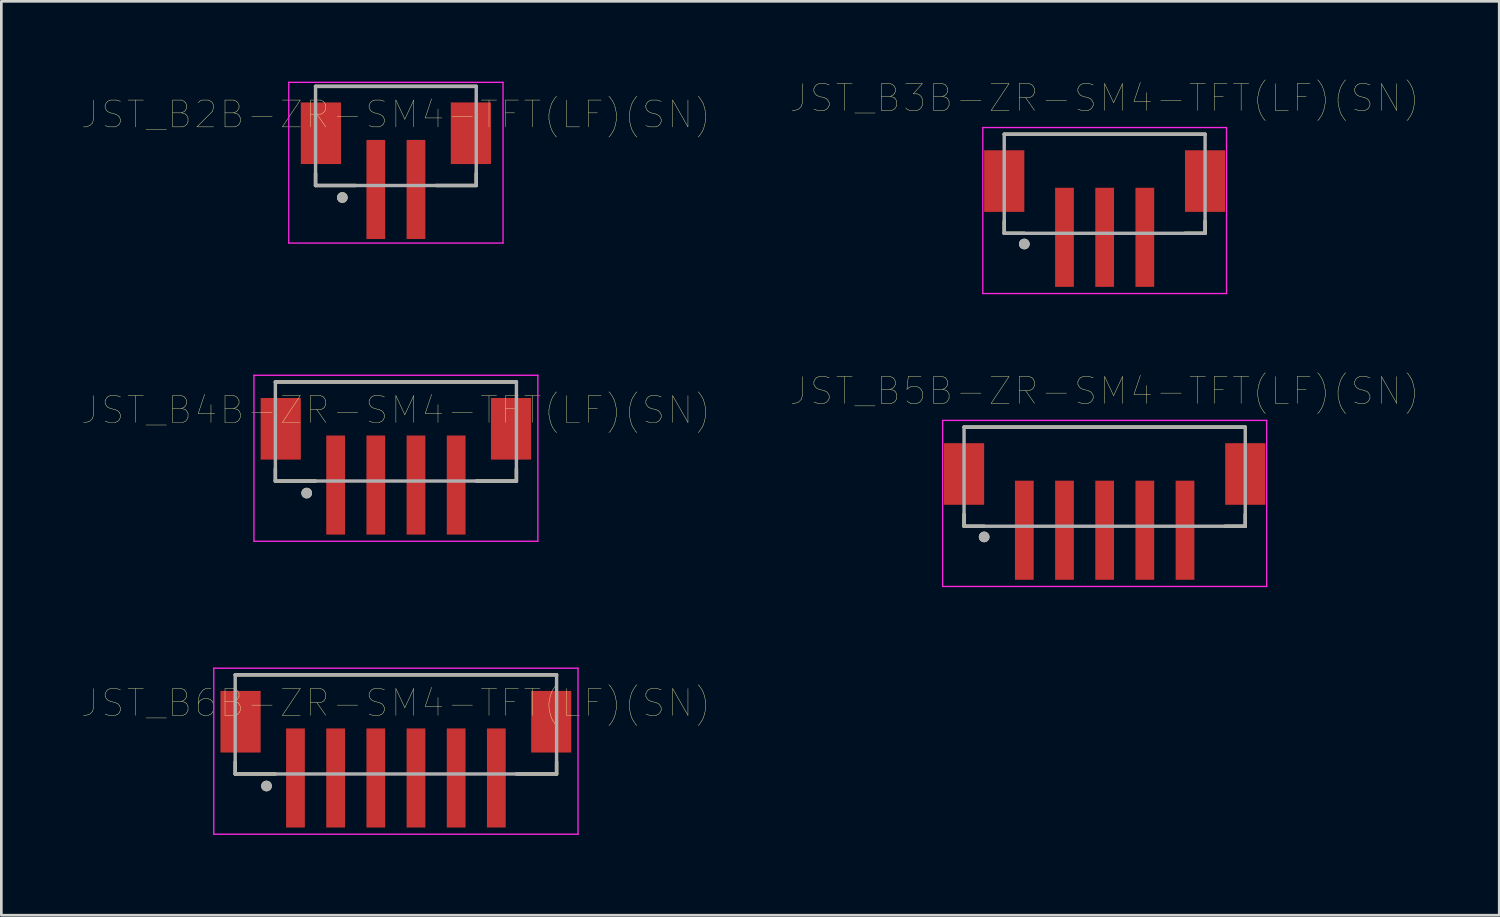
<source format=kicad_pcb>
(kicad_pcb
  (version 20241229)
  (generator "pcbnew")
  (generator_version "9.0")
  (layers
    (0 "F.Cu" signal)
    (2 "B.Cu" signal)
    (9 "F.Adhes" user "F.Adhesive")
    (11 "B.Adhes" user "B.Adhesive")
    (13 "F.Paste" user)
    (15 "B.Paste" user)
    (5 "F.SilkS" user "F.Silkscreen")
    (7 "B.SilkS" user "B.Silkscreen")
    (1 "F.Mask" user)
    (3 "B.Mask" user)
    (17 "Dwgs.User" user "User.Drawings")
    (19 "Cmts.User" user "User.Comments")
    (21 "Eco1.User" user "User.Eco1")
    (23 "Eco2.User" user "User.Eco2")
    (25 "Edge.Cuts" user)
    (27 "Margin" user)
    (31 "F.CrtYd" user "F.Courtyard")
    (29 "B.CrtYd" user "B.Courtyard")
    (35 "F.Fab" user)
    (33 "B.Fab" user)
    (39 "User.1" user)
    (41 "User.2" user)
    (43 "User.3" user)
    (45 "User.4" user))
  (footprint "JST_B2B-ZR-SM4-TFT(LF)(SN)"
    (layer "F.Cu")
    (at 11.732 2.025)
    (property "Reference" "JST_B2B-ZR-SM4-TFT(LF)(SN)" (at 0 -0.8 0) (layer "F.SilkS") (effects (font (size 1 1) (thickness 0.015))))
    (attr through_hole)
    (fp_line (start -3 -1.85) (end 3 -1.85) (stroke (width 0.127) (type solid)) (layer "F.SilkS"))
    (fp_line (start -3 1.4) (end -3 1.85) (stroke (width 0.127) (type solid)) (layer "F.SilkS"))
    (fp_line (start -3 1.85) (end -1.5 1.85) (stroke (width 0.127) (type solid)) (layer "F.SilkS"))
    (fp_line (start 3 1.4) (end 3 1.85) (stroke (width 0.127) (type solid)) (layer "F.SilkS"))
    (fp_line (start 3 1.85) (end 1.5 1.85) (stroke (width 0.127) (type solid)) (layer "F.SilkS"))
    (fp_circle (center -2 2.3) (end -1.9 2.3) (stroke (width 0.2) (type solid)) (fill no) (layer "F.SilkS"))
    (fp_line (start -4 -2) (end 4 -2) (stroke (width 0.05) (type solid)) (layer "F.CrtYd"))
    (fp_line (start -4 4) (end -4 -2) (stroke (width 0.05) (type solid)) (layer "F.CrtYd"))
    (fp_line (start 4 -2) (end 4 4) (stroke (width 0.05) (type solid)) (layer "F.CrtYd"))
    (fp_line (start 4 4) (end -4 4) (stroke (width 0.05) (type solid)) (layer "F.CrtYd"))
    (fp_line (start -3 -1.85) (end 3 -1.85) (stroke (width 0.127) (type solid)) (layer "F.Fab"))
    (fp_line (start -3 1.85) (end -3 -1.85) (stroke (width 0.127) (type solid)) (layer "F.Fab"))
    (fp_line (start 3 -1.85) (end 3 1.85) (stroke (width 0.127) (type solid)) (layer "F.Fab"))
    (fp_line (start 3 1.85) (end -3 1.85) (stroke (width 0.127) (type solid)) (layer "F.Fab"))
    (fp_circle (center -2 2.3) (end -1.9 2.3) (stroke (width 0.2) (type solid)) (fill no) (layer "F.Fab"))
    (pad "1" smd rect (at -0.75 2) (size 0.7 3.7) (layers "F.Cu" "F.Mask" "F.Paste"))
    (pad "2" smd rect (at 0.75 2) (size 0.7 3.7) (layers "F.Cu" "F.Mask" "F.Paste"))
    (pad "S1" smd rect (at 2.8 -0.1) (size 1.5 2.3) (layers "F.Cu" "F.Mask" "F.Paste"))
    (pad "S2" smd rect (at -2.8 -0.1) (size 1.5 2.3) (layers "F.Cu" "F.Mask" "F.Paste")))
  (footprint "JST_B6B-ZR-SM4-TFT(LF)(SN)"
    (layer "F.Cu")
    (at 11.732 23.998)
    (property "Reference" "JST_B6B-ZR-SM4-TFT(LF)(SN)" (at 0 -0.8 0) (layer "F.SilkS") (effects (font (size 1 1) (thickness 0.015))))
    (attr through_hole)
    (fp_line (start -6 -1.85) (end 6 -1.85) (stroke (width 0.127) (type solid)) (layer "F.SilkS"))
    (fp_line (start -6 1.4) (end -6 1.85) (stroke (width 0.127) (type solid)) (layer "F.SilkS"))
    (fp_line (start -6 1.85) (end -4.5 1.85) (stroke (width 0.127) (type solid)) (layer "F.SilkS"))
    (fp_line (start 6 1.4) (end 6 1.85) (stroke (width 0.127) (type solid)) (layer "F.SilkS"))
    (fp_line (start 6 1.85) (end 4.5 1.85) (stroke (width 0.127) (type solid)) (layer "F.SilkS"))
    (fp_circle (center -4.831 2.3) (end -4.731 2.3) (stroke (width 0.2) (type solid)) (fill no) (layer "F.SilkS"))
    (fp_line (start -6.8 -2.1) (end 6.8 -2.1) (stroke (width 0.05) (type solid)) (layer "F.CrtYd"))
    (fp_line (start -6.8 4.1) (end -6.8 -2.1) (stroke (width 0.05) (type solid)) (layer "F.CrtYd"))
    (fp_line (start 6.8 -2.1) (end 6.8 4.1) (stroke (width 0.05) (type solid)) (layer "F.CrtYd"))
    (fp_line (start 6.8 4.1) (end -6.8 4.1) (stroke (width 0.05) (type solid)) (layer "F.CrtYd"))
    (fp_line (start -6 -1.85) (end 6 -1.85) (stroke (width 0.127) (type solid)) (layer "F.Fab"))
    (fp_line (start -6 1.85) (end -6 -1.85) (stroke (width 0.127) (type solid)) (layer "F.Fab"))
    (fp_line (start 6 -1.85) (end 6 1.85) (stroke (width 0.127) (type solid)) (layer "F.Fab"))
    (fp_line (start 6 1.85) (end -6 1.85) (stroke (width 0.127) (type solid)) (layer "F.Fab"))
    (fp_circle (center -4.831 2.3) (end -4.731 2.3) (stroke (width 0.2) (type solid)) (fill no) (layer "F.Fab"))
    (pad "1" smd rect (at -3.75 2) (size 0.7 3.7) (layers "F.Cu" "F.Mask" "F.Paste"))
    (pad "2" smd rect (at -2.25 2) (size 0.7 3.7) (layers "F.Cu" "F.Mask" "F.Paste"))
    (pad "3" smd rect (at -0.75 2) (size 0.7 3.7) (layers "F.Cu" "F.Mask" "F.Paste"))
    (pad "4" smd rect (at 0.75 2) (size 0.7 3.7) (layers "F.Cu" "F.Mask" "F.Paste"))
    (pad "5" smd rect (at 2.25 2) (size 0.7 3.7) (layers "F.Cu" "F.Mask" "F.Paste"))
    (pad "6" smd rect (at 3.75 2) (size 0.7 3.7) (layers "F.Cu" "F.Mask" "F.Paste"))
    (pad "S1" smd rect (at 5.8 -0.1) (size 1.5 2.3) (layers "F.Cu" "F.Mask" "F.Paste"))
    (pad "S2" smd rect (at -5.8 -0.1) (size 1.5 2.3) (layers "F.Cu" "F.Mask" "F.Paste")))
  (footprint "JST_B4B-ZR-SM4-TFT(LF)(SN)"
    (layer "F.Cu")
    (at 11.732 13.061)
    (property "Reference" "JST_B4B-ZR-SM4-TFT(LF)(SN)" (at 0 -0.8 0) (layer "F.SilkS") (effects (font (size 1 1) (thickness 0.015))))
    (attr through_hole)
    (fp_line (start -4.5 -1.85) (end 4.5 -1.85) (stroke (width 0.127) (type solid)) (layer "F.SilkS"))
    (fp_line (start -4.5 1.4) (end -4.5 1.85) (stroke (width 0.127) (type solid)) (layer "F.SilkS"))
    (fp_line (start -4.5 1.85) (end -3 1.85) (stroke (width 0.127) (type solid)) (layer "F.SilkS"))
    (fp_line (start 4.5 1.4) (end 4.5 1.85) (stroke (width 0.127) (type solid)) (layer "F.SilkS"))
    (fp_line (start 4.5 1.85) (end 3 1.85) (stroke (width 0.127) (type solid)) (layer "F.SilkS"))
    (fp_circle (center -3.331 2.3) (end -3.231 2.3) (stroke (width 0.2) (type solid)) (fill no) (layer "F.SilkS"))
    (fp_line (start -5.3 -2.1) (end 5.3 -2.1) (stroke (width 0.05) (type solid)) (layer "F.CrtYd"))
    (fp_line (start -5.3 4.1) (end -5.3 -2.1) (stroke (width 0.05) (type solid)) (layer "F.CrtYd"))
    (fp_line (start 5.3 -2.1) (end 5.3 4.1) (stroke (width 0.05) (type solid)) (layer "F.CrtYd"))
    (fp_line (start 5.3 4.1) (end -5.3 4.1) (stroke (width 0.05) (type solid)) (layer "F.CrtYd"))
    (fp_line (start -4.5 -1.85) (end 4.5 -1.85) (stroke (width 0.127) (type solid)) (layer "F.Fab"))
    (fp_line (start -4.5 1.85) (end -4.5 -1.85) (stroke (width 0.127) (type solid)) (layer "F.Fab"))
    (fp_line (start 4.5 -1.85) (end 4.5 1.85) (stroke (width 0.127) (type solid)) (layer "F.Fab"))
    (fp_line (start 4.5 1.85) (end -4.5 1.85) (stroke (width 0.127) (type solid)) (layer "F.Fab"))
    (fp_circle (center -3.331 2.3) (end -3.231 2.3) (stroke (width 0.2) (type solid)) (fill no) (layer "F.Fab"))
    (pad "1" smd rect (at -2.25 2) (size 0.7 3.7) (layers "F.Cu" "F.Mask" "F.Paste"))
    (pad "2" smd rect (at -0.75 2) (size 0.7 3.7) (layers "F.Cu" "F.Mask" "F.Paste"))
    (pad "3" smd rect (at 0.75 2) (size 0.7 3.7) (layers "F.Cu" "F.Mask" "F.Paste"))
    (pad "4" smd rect (at 2.25 2) (size 0.7 3.7) (layers "F.Cu" "F.Mask" "F.Paste"))
    (pad "S1" smd rect (at 4.3 -0.1) (size 1.5 2.3) (layers "F.Cu" "F.Mask" "F.Paste"))
    (pad "S2" smd rect (at -4.3 -0.1) (size 1.5 2.3) (layers "F.Cu" "F.Mask" "F.Paste")))
  (footprint "JST_B3B-ZR-SM4-TFT(LF)(SN)"
    (layer "F.Cu")
    (at 38.196 3.811)
    (property "Reference" "JST_B3B-ZR-SM4-TFT(LF)(SN)" (at 0 -3.2 0) (layer "F.SilkS") (effects (font (size 1 1) (thickness 0.015))))
    (attr through_hole)
    (fp_line (start -3.75 -1.85) (end 3.75 -1.85) (stroke (width 0.127) (type solid)) (layer "F.SilkS"))
    (fp_line (start -3.75 1.4) (end -3.75 1.85) (stroke (width 0.127) (type solid)) (layer "F.SilkS"))
    (fp_line (start -3.75 1.85) (end -3 1.85) (stroke (width 0.127) (type solid)) (layer "F.SilkS"))
    (fp_line (start 3.75 1.4) (end 3.75 1.85) (stroke (width 0.127) (type solid)) (layer "F.SilkS"))
    (fp_line (start 3.75 1.85) (end 3 1.85) (stroke (width 0.127) (type solid)) (layer "F.SilkS"))
    (fp_circle (center -3 2.25) (end -2.9 2.25) (stroke (width 0.2) (type solid)) (fill no) (layer "F.SilkS"))
    (fp_line (start -4.55 -2.1) (end 4.55 -2.1) (stroke (width 0.05) (type solid)) (layer "F.CrtYd"))
    (fp_line (start -4.55 4.1) (end -4.55 -2.1) (stroke (width 0.05) (type solid)) (layer "F.CrtYd"))
    (fp_line (start 4.55 -2.1) (end 4.55 4.1) (stroke (width 0.05) (type solid)) (layer "F.CrtYd"))
    (fp_line (start 4.55 4.1) (end -4.55 4.1) (stroke (width 0.05) (type solid)) (layer "F.CrtYd"))
    (fp_line (start -3.75 -1.85) (end 3.75 -1.85) (stroke (width 0.127) (type solid)) (layer "F.Fab"))
    (fp_line (start -3.75 1.85) (end -3.75 -1.85) (stroke (width 0.127) (type solid)) (layer "F.Fab"))
    (fp_line (start 3.75 -1.85) (end 3.75 1.85) (stroke (width 0.127) (type solid)) (layer "F.Fab"))
    (fp_line (start 3.75 1.85) (end -3.75 1.85) (stroke (width 0.127) (type solid)) (layer "F.Fab"))
    (fp_circle (center -3 2.25) (end -2.9 2.25) (stroke (width 0.2) (type solid)) (fill no) (layer "F.Fab"))
    (pad "1" smd rect (at -1.5 2) (size 0.7 3.7) (layers "F.Cu" "F.Mask" "F.Paste"))
    (pad "2" smd rect (at 0 2) (size 0.7 3.7) (layers "F.Cu" "F.Mask" "F.Paste"))
    (pad "3" smd rect (at 1.5 2) (size 0.7 3.7) (layers "F.Cu" "F.Mask" "F.Paste"))
    (pad "S1" smd rect (at 3.75 -0.1) (size 1.5 2.3) (layers "F.Cu" "F.Mask" "F.Paste"))
    (pad "S2" smd rect (at -3.75 -0.1) (size 1.5 2.3) (layers "F.Cu" "F.Mask" "F.Paste")))
  (footprint "JST_B5B-ZR-SM4-TFT(LF)(SN)"
    (layer "F.Cu")
    (at 38.196 14.748)
    (property "Reference" "JST_B5B-ZR-SM4-TFT(LF)(SN)" (at 0 -3.2 0) (layer "F.SilkS") (effects (font (size 1 1) (thickness 0.015))))
    (attr through_hole)
    (fp_line (start -5.25 -1.85) (end 5.25 -1.85) (stroke (width 0.127) (type solid)) (layer "F.SilkS"))
    (fp_line (start -5.25 1.4) (end -5.25 1.85) (stroke (width 0.127) (type solid)) (layer "F.SilkS"))
    (fp_line (start -5.25 1.85) (end -4.5 1.85) (stroke (width 0.127) (type solid)) (layer "F.SilkS"))
    (fp_line (start 5.25 1.4) (end 5.25 1.85) (stroke (width 0.127) (type solid)) (layer "F.SilkS"))
    (fp_line (start 5.25 1.85) (end 4.5 1.85) (stroke (width 0.127) (type solid)) (layer "F.SilkS"))
    (fp_circle (center -4.5 2.25) (end -4.4 2.25) (stroke (width 0.2) (type solid)) (fill no) (layer "F.SilkS"))
    (fp_line (start -6.05 -2.1) (end 6.05 -2.1) (stroke (width 0.05) (type solid)) (layer "F.CrtYd"))
    (fp_line (start -6.05 4.1) (end -6.05 -2.1) (stroke (width 0.05) (type solid)) (layer "F.CrtYd"))
    (fp_line (start 6.05 -2.1) (end 6.05 4.1) (stroke (width 0.05) (type solid)) (layer "F.CrtYd"))
    (fp_line (start 6.05 4.1) (end -6.05 4.1) (stroke (width 0.05) (type solid)) (layer "F.CrtYd"))
    (fp_line (start -5.25 -1.85) (end 5.25 -1.85) (stroke (width 0.127) (type solid)) (layer "F.Fab"))
    (fp_line (start -5.25 1.85) (end -5.25 -1.85) (stroke (width 0.127) (type solid)) (layer "F.Fab"))
    (fp_line (start 5.25 -1.85) (end 5.25 1.85) (stroke (width 0.127) (type solid)) (layer "F.Fab"))
    (fp_line (start 5.25 1.85) (end -5.25 1.85) (stroke (width 0.127) (type solid)) (layer "F.Fab"))
    (fp_circle (center -4.5 2.25) (end -4.4 2.25) (stroke (width 0.2) (type solid)) (fill no) (layer "F.Fab"))
    (pad "1" smd rect (at -3 2) (size 0.7 3.7) (layers "F.Cu" "F.Mask" "F.Paste"))
    (pad "2" smd rect (at -1.5 2) (size 0.7 3.7) (layers "F.Cu" "F.Mask" "F.Paste"))
    (pad "3" smd rect (at 0 2) (size 0.7 3.7) (layers "F.Cu" "F.Mask" "F.Paste"))
    (pad "4" smd rect (at 1.5 2) (size 0.7 3.7) (layers "F.Cu" "F.Mask" "F.Paste"))
    (pad "5" smd rect (at 3 2) (size 0.7 3.7) (layers "F.Cu" "F.Mask" "F.Paste"))
    (pad "S1" smd rect (at 5.25 -0.1) (size 1.5 2.3) (layers "F.Cu" "F.Mask" "F.Paste"))
    (pad "S2" smd rect (at -5.25 -0.1) (size 1.5 2.3) (layers "F.Cu" "F.Mask" "F.Paste")))
  (gr_rect
    (start -3 -3)
    (end 52.928 31.123)
    (stroke (width 0.1) (type default))
    (fill no)
    (layer "Edge.Cuts")))
</source>
